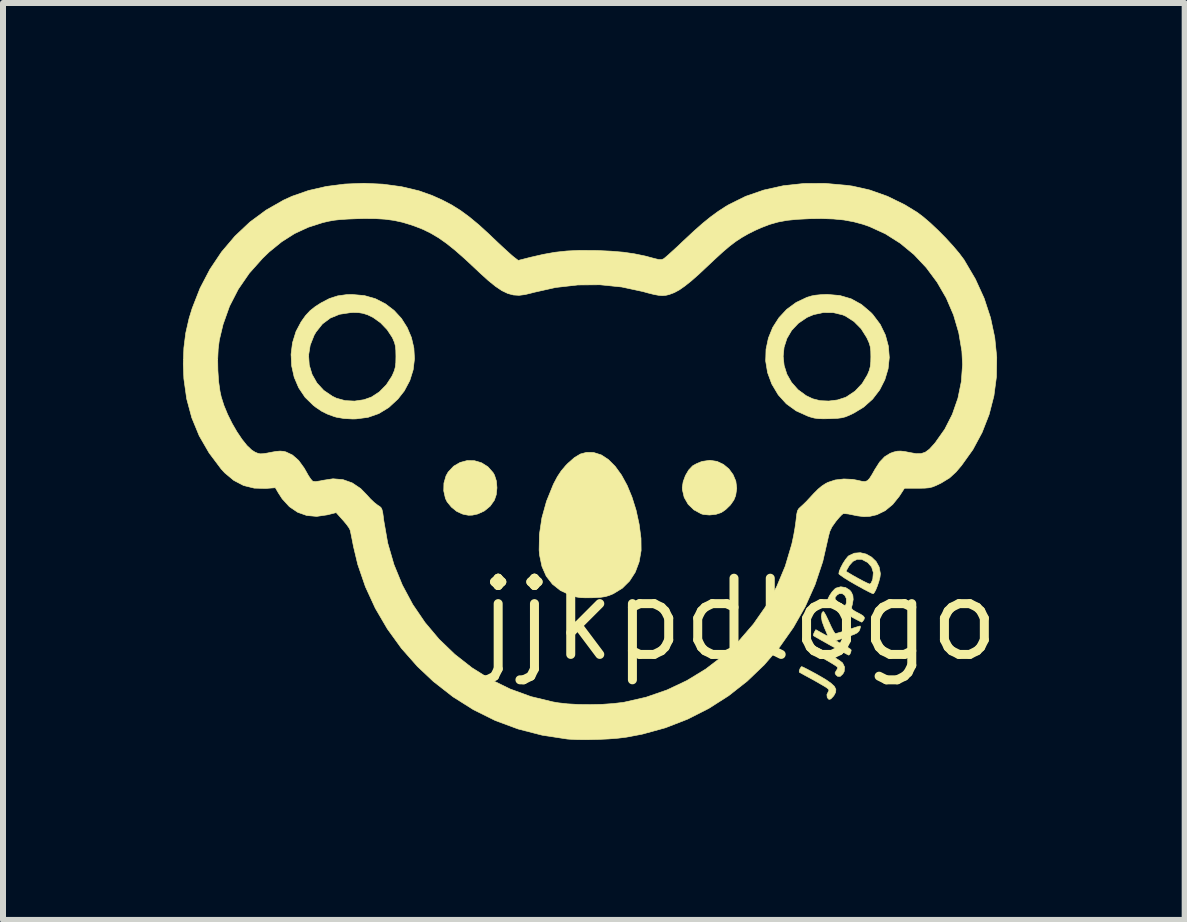
<source format=kicad_pcb>
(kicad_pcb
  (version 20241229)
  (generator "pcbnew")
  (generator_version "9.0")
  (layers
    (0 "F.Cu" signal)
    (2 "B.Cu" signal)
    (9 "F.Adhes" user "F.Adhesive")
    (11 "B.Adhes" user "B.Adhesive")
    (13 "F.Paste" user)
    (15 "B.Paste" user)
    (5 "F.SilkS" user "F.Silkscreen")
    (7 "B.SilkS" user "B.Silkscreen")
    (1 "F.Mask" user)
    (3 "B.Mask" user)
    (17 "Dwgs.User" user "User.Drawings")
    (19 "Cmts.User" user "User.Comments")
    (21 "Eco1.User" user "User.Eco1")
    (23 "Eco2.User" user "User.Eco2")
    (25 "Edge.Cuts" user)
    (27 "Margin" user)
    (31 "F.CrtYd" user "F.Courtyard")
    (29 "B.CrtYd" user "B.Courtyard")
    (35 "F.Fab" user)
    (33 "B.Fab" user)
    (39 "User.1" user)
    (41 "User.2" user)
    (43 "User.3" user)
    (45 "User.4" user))
  (footprint "jjkpdlogo"
    (layer "F.Cu")
    (at 9.276 7.279)
    (property "Reference" "jjkpdlogo" (at 0 0 0) (layer "F.SilkS") (effects (font (size 1.27 1.27) (thickness 0.15))))
    (attr through_hole)
    (fp_poly (pts (xy -4.415 -2.649) (xy -4.298 -2.614) (xy -4.193 -2.548) (xy -4.107 -2.451) (xy -4.083 -2.409) (xy -4.052 -2.312) (xy -4.042 -2.197) (xy -4.054 -2.082) (xy -4.085 -1.991) (xy -4.155 -1.892) (xy -4.252 -1.812) (xy -4.361 -1.762) (xy -4.372 -1.759) (xy -4.452 -1.742) (xy -4.516 -1.74) (xy -4.588 -1.753) (xy -4.618 -1.761) (xy -4.712 -1.804) (xy -4.801 -1.876) (xy -4.873 -1.964) (xy -4.901 -2.021) (xy -4.929 -2.146) (xy -4.926 -2.276) (xy -4.891 -2.397) (xy -4.855 -2.461) (xy -4.764 -2.558) (xy -4.655 -2.621) (xy -4.537 -2.652) (xy -4.415 -2.649)) (stroke (width 0.01) (type solid)) (fill yes) (layer "F.SilkS"))
    (fp_poly (pts (xy -0.374 -2.638) (xy -0.267 -2.588) (xy -0.176 -2.513) (xy -0.106 -2.417) (xy -0.06 -2.308) (xy -0.045 -2.189) (xy -0.063 -2.068) (xy -0.093 -1.994) (xy -0.15 -1.912) (xy -0.229 -1.835) (xy -0.302 -1.785) (xy -0.393 -1.755) (xy -0.5 -1.744) (xy -0.601 -1.753) (xy -0.637 -1.764) (xy -0.759 -1.83) (xy -0.855 -1.923) (xy -0.921 -2.038) (xy -0.951 -2.167) (xy -0.953 -2.201) (xy -0.938 -2.299) (xy -0.9 -2.402) (xy -0.846 -2.494) (xy -0.783 -2.561) (xy -0.78 -2.564) (xy -0.719 -2.598) (xy -0.643 -2.63) (xy -0.618 -2.638) (xy -0.493 -2.656) (xy -0.374 -2.638)) (stroke (width 0.01) (type solid)) (fill yes) (layer "F.SilkS"))
    (fp_poly (pts (xy 1.208 0.424) (xy 1.261 0.447) (xy 1.34 0.487) (xy 1.432 0.538) (xy 1.528 0.594) (xy 1.612 0.646) (xy 1.678 0.689) (xy 1.716 0.719) (xy 1.72 0.723) (xy 1.753 0.791) (xy 1.746 0.865) (xy 1.724 0.905) (xy 1.68 0.946) (xy 1.637 0.945) (xy 1.608 0.92) (xy 1.593 0.889) (xy 1.611 0.856) (xy 1.615 0.851) (xy 1.636 0.814) (xy 1.634 0.791) (xy 1.611 0.773) (xy 1.558 0.739) (xy 1.483 0.694) (xy 1.393 0.643) (xy 1.381 0.637) (xy 1.278 0.578) (xy 1.208 0.535) (xy 1.167 0.502) (xy 1.149 0.474) (xy 1.151 0.448) (xy 1.162 0.426) (xy 1.177 0.418) (xy 1.208 0.424)) (stroke (width 0.01) (type solid)) (fill yes) (layer "F.SilkS"))
    (fp_poly (pts (xy 1.063 0.793) (xy 1.117 0.82) (xy 1.193 0.86) (xy 1.284 0.909) (xy 1.31 0.924) (xy 1.436 0.997) (xy 1.525 1.059) (xy 1.582 1.112) (xy 1.607 1.161) (xy 1.604 1.21) (xy 1.577 1.262) (xy 1.565 1.278) (xy 1.523 1.322) (xy 1.492 1.33) (xy 1.466 1.302) (xy 1.464 1.298) (xy 1.458 1.25) (xy 1.475 1.214) (xy 1.491 1.183) (xy 1.486 1.161) (xy 1.453 1.134) (xy 1.425 1.116) (xy 1.368 1.083) (xy 1.289 1.037) (xy 1.201 0.988) (xy 1.175 0.974) (xy 1.099 0.933) (xy 1.04 0.9) (xy 1.004 0.88) (xy 0.998 0.877) (xy 0.997 0.853) (xy 1.01 0.817) (xy 1.029 0.788) (xy 1.038 0.783) (xy 1.063 0.793)) (stroke (width 0.01) (type solid)) (fill yes) (layer "F.SilkS"))
    (fp_poly (pts (xy -2.442 -2.787) (xy -2.427 -2.785) (xy -2.303 -2.746) (xy -2.184 -2.668) (xy -2.071 -2.555) (xy -1.966 -2.41) (xy -1.872 -2.238) (xy -1.791 -2.042) (xy -1.723 -1.825) (xy -1.672 -1.591) (xy -1.641 -1.355) (xy -1.639 -1.151) (xy -1.672 -0.963) (xy -1.736 -0.792) (xy -1.831 -0.644) (xy -1.953 -0.523) (xy -2.102 -0.432) (xy -2.104 -0.431) (xy -2.172 -0.403) (xy -2.236 -0.384) (xy -2.31 -0.373) (xy -2.406 -0.367) (xy -2.455 -0.365) (xy -2.566 -0.364) (xy -2.649 -0.367) (xy -2.719 -0.378) (xy -2.789 -0.398) (xy -2.816 -0.407) (xy -2.983 -0.485) (xy -3.117 -0.591) (xy -3.221 -0.725) (xy -3.292 -0.887) (xy -3.332 -1.077) (xy -3.339 -1.157) (xy -3.334 -1.421) (xy -3.293 -1.696) (xy -3.216 -1.973) (xy -3.106 -2.245) (xy -3.097 -2.265) (xy -3.034 -2.384) (xy -2.971 -2.479) (xy -2.897 -2.567) (xy -2.86 -2.605) (xy -2.751 -2.701) (xy -2.651 -2.761) (xy -2.55 -2.788) (xy -2.442 -2.787)) (stroke (width 0.01) (type solid)) (fill yes) (layer "F.SilkS"))
    (fp_poly (pts (xy 1.77 -0.535) (xy 1.839 -0.491) (xy 1.865 -0.459) (xy 1.891 -0.401) (xy 1.896 -0.335) (xy 1.881 -0.25) (xy 1.872 -0.218) (xy 1.87 -0.187) (xy 1.891 -0.161) (xy 1.942 -0.13) (xy 1.951 -0.126) (xy 2.025 -0.087) (xy 2.067 -0.058) (xy 2.083 -0.034) (xy 2.079 -0.009) (xy 2.073 0.002) (xy 2.05 0.034) (xy 2.037 0.042) (xy 2.014 0.031) (xy 1.961 0.004) (xy 1.885 -0.037) (xy 1.793 -0.088) (xy 1.746 -0.114) (xy 1.649 -0.17) (xy 1.567 -0.222) (xy 1.505 -0.264) (xy 1.471 -0.292) (xy 1.466 -0.299) (xy 1.474 -0.342) (xy 1.488 -0.372) (xy 1.595 -0.372) (xy 1.596 -0.338) (xy 1.633 -0.303) (xy 1.667 -0.281) (xy 1.726 -0.248) (xy 1.758 -0.237) (xy 1.774 -0.249) (xy 1.783 -0.282) (xy 1.782 -0.352) (xy 1.756 -0.405) (xy 1.714 -0.434) (xy 1.663 -0.433) (xy 1.628 -0.411) (xy 1.595 -0.372) (xy 1.488 -0.372) (xy 1.503 -0.402) (xy 1.544 -0.463) (xy 1.589 -0.511) (xy 1.61 -0.526) (xy 1.689 -0.548) (xy 1.77 -0.535)) (stroke (width 0.01) (type solid)) (fill yes) (layer "F.SilkS"))
    (fp_poly (pts (xy 2.113 -1.093) (xy 2.203 -1.042) (xy 2.278 -0.969) (xy 2.329 -0.877) (xy 2.349 -0.77) (xy 2.349 -0.762) (xy 2.343 -0.709) (xy 2.325 -0.639) (xy 2.3 -0.564) (xy 2.273 -0.497) (xy 2.247 -0.449) (xy 2.23 -0.432) (xy 2.206 -0.44) (xy 2.153 -0.466) (xy 2.076 -0.506) (xy 1.984 -0.557) (xy 1.937 -0.583) (xy 1.84 -0.639) (xy 1.757 -0.69) (xy 1.696 -0.732) (xy 1.661 -0.759) (xy 1.657 -0.766) (xy 1.664 -0.806) (xy 1.776 -0.806) (xy 1.825 -0.776) (xy 1.899 -0.732) (xy 1.98 -0.687) (xy 2.058 -0.645) (xy 2.123 -0.613) (xy 2.165 -0.595) (xy 2.174 -0.593) (xy 2.195 -0.611) (xy 2.216 -0.657) (xy 2.223 -0.679) (xy 2.232 -0.785) (xy 2.203 -0.878) (xy 2.139 -0.952) (xy 2.042 -1.003) (xy 2.036 -1.005) (xy 1.963 -1.006) (xy 1.892 -0.971) (xy 1.832 -0.904) (xy 1.823 -0.889) (xy 1.776 -0.806) (xy 1.664 -0.806) (xy 1.664 -0.807) (xy 1.69 -0.869) (xy 1.727 -0.939) (xy 1.77 -1.005) (xy 1.81 -1.054) (xy 1.823 -1.065) (xy 1.916 -1.108) (xy 2.015 -1.116) (xy 2.113 -1.093)) (stroke (width 0.01) (type solid)) (fill yes) (layer "F.SilkS"))
    (fp_poly (pts (xy 1.411 -0.123) (xy 1.438 -0.078) (xy 1.471 -0.01) (xy 1.495 0.042) (xy 1.532 0.123) (xy 1.565 0.187) (xy 1.59 0.225) (xy 1.599 0.233) (xy 1.628 0.226) (xy 1.687 0.209) (xy 1.765 0.184) (xy 1.81 0.169) (xy 1.893 0.142) (xy 1.961 0.12) (xy 2.004 0.108) (xy 2.013 0.106) (xy 2.017 0.123) (xy 2.006 0.164) (xy 2.006 0.166) (xy 1.989 0.196) (xy 1.962 0.221) (xy 1.914 0.245) (xy 1.838 0.273) (xy 1.793 0.288) (xy 1.602 0.351) (xy 1.733 0.42) (xy 1.797 0.457) (xy 1.844 0.488) (xy 1.863 0.507) (xy 1.863 0.508) (xy 1.855 0.546) (xy 1.838 0.581) (xy 1.823 0.592) (xy 1.801 0.582) (xy 1.749 0.554) (xy 1.673 0.514) (xy 1.58 0.463) (xy 1.525 0.433) (xy 1.427 0.378) (xy 1.342 0.33) (xy 1.277 0.293) (xy 1.24 0.271) (xy 1.233 0.266) (xy 1.235 0.243) (xy 1.248 0.212) (xy 1.273 0.167) (xy 1.369 0.221) (xy 1.425 0.252) (xy 1.463 0.271) (xy 1.473 0.275) (xy 1.468 0.258) (xy 1.45 0.211) (xy 1.421 0.145) (xy 1.416 0.134) (xy 1.378 0.03) (xy 1.365 -0.054) (xy 1.376 -0.114) (xy 1.396 -0.137) (xy 1.411 -0.123)) (stroke (width 0.01) (type solid)) (fill yes) (layer "F.SilkS"))
    (fp_poly (pts (xy -6.252 -5.402) (xy -6.067 -5.349) (xy -5.901 -5.264) (xy -5.756 -5.153) (xy -5.634 -5.02) (xy -5.538 -4.868) (xy -5.468 -4.703) (xy -5.427 -4.528) (xy -5.417 -4.347) (xy -5.439 -4.164) (xy -5.495 -3.985) (xy -5.587 -3.812) (xy -5.693 -3.677) (xy -5.846 -3.536) (xy -6.011 -3.435) (xy -6.192 -3.372) (xy -6.392 -3.346) (xy -6.45 -3.345) (xy -6.593 -3.353) (xy -6.716 -3.374) (xy -6.752 -3.384) (xy -6.867 -3.426) (xy -6.962 -3.473) (xy -7.056 -3.536) (xy -7.105 -3.574) (xy -7.241 -3.707) (xy -7.347 -3.865) (xy -7.422 -4.041) (xy -7.464 -4.229) (xy -7.473 -4.408) (xy -7.182 -4.408) (xy -7.171 -4.244) (xy -7.124 -4.088) (xy -7.043 -3.945) (xy -6.93 -3.822) (xy -6.786 -3.724) (xy -6.718 -3.691) (xy -6.573 -3.651) (xy -6.416 -3.643) (xy -6.259 -3.666) (xy -6.133 -3.711) (xy -6.002 -3.797) (xy -5.886 -3.915) (xy -5.794 -4.056) (xy -5.782 -4.081) (xy -5.753 -4.149) (xy -5.736 -4.212) (xy -5.728 -4.285) (xy -5.726 -4.383) (xy -5.726 -4.392) (xy -5.728 -4.49) (xy -5.735 -4.561) (xy -5.75 -4.62) (xy -5.777 -4.683) (xy -5.788 -4.706) (xy -5.872 -4.833) (xy -5.982 -4.948) (xy -6.108 -5.038) (xy -6.197 -5.081) (xy -6.275 -5.106) (xy -6.349 -5.118) (xy -6.438 -5.12) (xy -6.488 -5.117) (xy -6.666 -5.09) (xy -6.82 -5.027) (xy -6.951 -4.929) (xy -7.057 -4.796) (xy -7.089 -4.742) (xy -7.155 -4.576) (xy -7.182 -4.408) (xy -7.473 -4.408) (xy -7.474 -4.423) (xy -7.45 -4.616) (xy -7.392 -4.803) (xy -7.306 -4.965) (xy -7.232 -5.069) (xy -7.158 -5.149) (xy -7.07 -5.219) (xy -6.974 -5.28) (xy -6.834 -5.353) (xy -6.697 -5.397) (xy -6.546 -5.418) (xy -6.456 -5.42) (xy -6.252 -5.402)) (stroke (width 0.01) (type solid)) (fill yes) (layer "F.SilkS"))
    (fp_poly (pts (xy 1.674 -5.403) (xy 1.862 -5.348) (xy 2.033 -5.254) (xy 2.19 -5.121) (xy 2.223 -5.086) (xy 2.347 -4.921) (xy 2.433 -4.744) (xy 2.483 -4.558) (xy 2.498 -4.369) (xy 2.478 -4.181) (xy 2.424 -4) (xy 2.338 -3.83) (xy 2.22 -3.676) (xy 2.071 -3.543) (xy 1.91 -3.445) (xy 1.829 -3.406) (xy 1.765 -3.38) (xy 1.706 -3.365) (xy 1.636 -3.356) (xy 1.541 -3.352) (xy 1.508 -3.35) (xy 1.397 -3.348) (xy 1.315 -3.351) (xy 1.248 -3.36) (xy 1.181 -3.378) (xy 1.138 -3.393) (xy 0.945 -3.48) (xy 0.782 -3.598) (xy 0.647 -3.747) (xy 0.539 -3.928) (xy 0.469 -4.118) (xy 0.437 -4.313) (xy 0.44 -4.389) (xy 0.729 -4.389) (xy 0.745 -4.237) (xy 0.791 -4.091) (xy 0.868 -3.955) (xy 0.975 -3.834) (xy 1.111 -3.734) (xy 1.22 -3.682) (xy 1.346 -3.65) (xy 1.489 -3.644) (xy 1.635 -3.662) (xy 1.767 -3.705) (xy 1.787 -3.715) (xy 1.927 -3.809) (xy 2.046 -3.935) (xy 2.134 -4.081) (xy 2.164 -4.153) (xy 2.181 -4.219) (xy 2.189 -4.298) (xy 2.191 -4.382) (xy 2.189 -4.478) (xy 2.181 -4.548) (xy 2.163 -4.611) (xy 2.131 -4.683) (xy 2.121 -4.703) (xy 2.029 -4.849) (xy 1.91 -4.969) (xy 1.772 -5.058) (xy 1.719 -5.081) (xy 1.562 -5.118) (xy 1.397 -5.119) (xy 1.235 -5.084) (xy 1.126 -5.038) (xy 0.982 -4.94) (xy 0.87 -4.821) (xy 0.791 -4.686) (xy 0.744 -4.54) (xy 0.729 -4.389) (xy 0.44 -4.389) (xy 0.443 -4.506) (xy 0.483 -4.694) (xy 0.555 -4.871) (xy 0.658 -5.032) (xy 0.788 -5.172) (xy 0.945 -5.287) (xy 1.124 -5.372) (xy 1.203 -5.396) (xy 1.268 -5.408) (xy 1.358 -5.417) (xy 1.455 -5.421) (xy 1.467 -5.421) (xy 1.674 -5.403)) (stroke (width 0.01) (type solid)) (fill yes) (layer "F.SilkS"))
    (fp_poly (pts (xy -5.942 -7.259) (xy -5.633 -7.217) (xy -5.342 -7.148) (xy -5.122 -7.07) (xy -4.953 -6.994) (xy -4.798 -6.913) (xy -4.649 -6.82) (xy -4.501 -6.711) (xy -4.344 -6.581) (xy -4.171 -6.423) (xy -4.115 -6.369) (xy -4.02 -6.279) (xy -3.93 -6.195) (xy -3.852 -6.124) (xy -3.793 -6.071) (xy -3.762 -6.045) (xy -3.687 -5.988) (xy -3.479 -6.041) (xy -3.269 -6.089) (xy -3.073 -6.124) (xy -2.879 -6.145) (xy -2.674 -6.155) (xy -2.444 -6.154) (xy -2.371 -6.153) (xy -2.137 -6.142) (xy -1.934 -6.125) (xy -1.75 -6.098) (xy -1.575 -6.062) (xy -1.425 -6.022) (xy -1.348 -6.003) (xy -1.296 -6.003) (xy -1.269 -6.012) (xy -1.241 -6.033) (xy -1.187 -6.079) (xy -1.115 -6.145) (xy -1.028 -6.224) (xy -0.934 -6.314) (xy -0.927 -6.32) (xy -0.76 -6.476) (xy -0.613 -6.606) (xy -0.481 -6.713) (xy -0.355 -6.805) (xy -0.229 -6.887) (xy -0.176 -6.918) (xy 0.103 -7.056) (xy 0.407 -7.161) (xy 0.731 -7.233) (xy 1.072 -7.27) (xy 1.428 -7.272) (xy 1.796 -7.239) (xy 1.883 -7.227) (xy 2.174 -7.161) (xy 2.467 -7.057) (xy 2.755 -6.916) (xy 2.963 -6.789) (xy 3.065 -6.712) (xy 3.184 -6.61) (xy 3.311 -6.49) (xy 3.439 -6.361) (xy 3.559 -6.23) (xy 3.663 -6.107) (xy 3.744 -5.999) (xy 3.749 -5.99) (xy 3.933 -5.677) (xy 4.079 -5.357) (xy 4.186 -5.031) (xy 4.256 -4.702) (xy 4.289 -4.374) (xy 4.284 -4.049) (xy 4.242 -3.73) (xy 4.162 -3.419) (xy 4.045 -3.12) (xy 3.892 -2.835) (xy 3.701 -2.568) (xy 3.61 -2.461) (xy 3.502 -2.362) (xy 3.366 -2.279) (xy 3.349 -2.27) (xy 3.273 -2.234) (xy 3.214 -2.211) (xy 3.158 -2.198) (xy 3.09 -2.192) (xy 2.997 -2.19) (xy 2.97 -2.19) (xy 2.751 -2.19) (xy 2.665 -2.057) (xy 2.555 -1.92) (xy 2.43 -1.817) (xy 2.293 -1.75) (xy 2.279 -1.746) (xy 2.174 -1.722) (xy 2.073 -1.717) (xy 1.961 -1.731) (xy 1.89 -1.746) (xy 1.816 -1.761) (xy 1.757 -1.767) (xy 1.728 -1.766) (xy 1.701 -1.744) (xy 1.658 -1.698) (xy 1.607 -1.637) (xy 1.602 -1.63) (xy 1.543 -1.547) (xy 1.507 -1.472) (xy 1.484 -1.387) (xy 1.481 -1.372) (xy 1.389 -0.969) (xy 1.26 -0.582) (xy 1.096 -0.215) (xy 0.899 0.131) (xy 0.671 0.455) (xy 0.414 0.753) (xy 0.13 1.025) (xy -0.179 1.268) (xy -0.511 1.48) (xy -0.864 1.659) (xy -1.235 1.803) (xy -1.624 1.91) (xy -1.884 1.959) (xy -2.02 1.976) (xy -2.183 1.989) (xy -2.358 1.997) (xy -2.534 2.001) (xy -2.697 2) (xy -2.835 1.993) (xy -2.872 1.99) (xy -3.289 1.926) (xy -3.689 1.823) (xy -4.07 1.682) (xy -4.433 1.502) (xy -4.777 1.285) (xy -5.103 1.03) (xy -5.368 0.78) (xy -5.634 0.479) (xy -5.869 0.154) (xy -6.07 -0.19) (xy -6.235 -0.549) (xy -6.362 -0.919) (xy -6.434 -1.22) (xy -6.453 -1.318) (xy -6.47 -1.403) (xy -6.483 -1.466) (xy -6.489 -1.492) (xy -6.507 -1.528) (xy -6.546 -1.583) (xy -6.599 -1.647) (xy -6.61 -1.659) (xy -6.722 -1.784) (xy -6.869 -1.747) (xy -7.047 -1.721) (xy -7.213 -1.736) (xy -7.365 -1.79) (xy -7.502 -1.883) (xy -7.622 -2.014) (xy -7.686 -2.113) (xy -7.736 -2.199) (xy -7.897 -2.187) (xy -8.088 -2.192) (xy -8.266 -2.236) (xy -8.429 -2.321) (xy -8.579 -2.446) (xy -8.639 -2.511) (xy -8.841 -2.78) (xy -9.005 -3.064) (xy -9.129 -3.365) (xy -9.214 -3.681) (xy -9.261 -4.015) (xy -9.271 -4.264) (xy -9.268 -4.337) (xy -8.697 -4.337) (xy -8.694 -4.152) (xy -8.682 -3.971) (xy -8.659 -3.808) (xy -8.639 -3.715) (xy -8.593 -3.57) (xy -8.531 -3.42) (xy -8.457 -3.271) (xy -8.376 -3.131) (xy -8.292 -3.006) (xy -8.209 -2.902) (xy -8.13 -2.827) (xy -8.075 -2.792) (xy -8.029 -2.773) (xy -7.989 -2.764) (xy -7.941 -2.766) (xy -7.874 -2.776) (xy -7.82 -2.787) (xy -7.725 -2.804) (xy -7.656 -2.81) (xy -7.599 -2.805) (xy -7.561 -2.796) (xy -7.451 -2.744) (xy -7.348 -2.654) (xy -7.256 -2.527) (xy -7.225 -2.473) (xy -7.184 -2.4) (xy -7.145 -2.342) (xy -7.116 -2.31) (xy -7.112 -2.307) (xy -7.065 -2.301) (xy -6.985 -2.313) (xy -6.951 -2.321) (xy -6.775 -2.348) (xy -6.609 -2.334) (xy -6.454 -2.279) (xy -6.314 -2.185) (xy -6.214 -2.082) (xy -6.151 -2.013) (xy -6.087 -1.952) (xy -6.034 -1.911) (xy -6.031 -1.908) (xy -5.996 -1.887) (xy -5.973 -1.865) (xy -5.958 -1.833) (xy -5.946 -1.783) (xy -5.935 -1.704) (xy -5.928 -1.648) (xy -5.863 -1.276) (xy -5.759 -0.918) (xy -5.619 -0.576) (xy -5.446 -0.253) (xy -5.241 0.048) (xy -5.007 0.326) (xy -4.745 0.578) (xy -4.459 0.802) (xy -4.15 0.996) (xy -3.821 1.157) (xy -3.474 1.283) (xy -3.11 1.371) (xy -3.016 1.387) (xy -2.864 1.404) (xy -2.684 1.414) (xy -2.488 1.416) (xy -2.291 1.412) (xy -2.105 1.399) (xy -1.943 1.38) (xy -1.919 1.376) (xy -1.556 1.293) (xy -1.207 1.172) (xy -0.875 1.015) (xy -0.562 0.824) (xy -0.272 0.602) (xy -0.006 0.351) (xy 0.233 0.074) (xy 0.443 -0.227) (xy 0.621 -0.55) (xy 0.764 -0.892) (xy 0.871 -1.252) (xy 0.88 -1.291) (xy 0.904 -1.404) (xy 0.925 -1.523) (xy 0.94 -1.629) (xy 0.945 -1.671) (xy 0.955 -1.757) (xy 0.967 -1.812) (xy 0.987 -1.848) (xy 1.013 -1.873) (xy 1.057 -1.913) (xy 1.115 -1.969) (xy 1.153 -2.01) (xy 1.242 -2.106) (xy 1.312 -2.176) (xy 1.372 -2.226) (xy 1.428 -2.263) (xy 1.472 -2.287) (xy 1.596 -2.328) (xy 1.74 -2.345) (xy 1.889 -2.338) (xy 1.978 -2.321) (xy 2.045 -2.305) (xy 2.094 -2.302) (xy 2.133 -2.316) (xy 2.169 -2.354) (xy 2.211 -2.42) (xy 2.256 -2.5) (xy 2.336 -2.626) (xy 2.42 -2.715) (xy 2.514 -2.773) (xy 2.576 -2.795) (xy 2.633 -2.808) (xy 2.688 -2.81) (xy 2.758 -2.802) (xy 2.837 -2.786) (xy 2.944 -2.767) (xy 3.028 -2.768) (xy 3.098 -2.791) (xy 3.166 -2.841) (xy 3.241 -2.923) (xy 3.264 -2.95) (xy 3.423 -3.175) (xy 3.549 -3.423) (xy 3.642 -3.69) (xy 3.699 -3.968) (xy 3.719 -4.253) (xy 3.708 -4.475) (xy 3.656 -4.783) (xy 3.569 -5.079) (xy 3.448 -5.361) (xy 3.295 -5.625) (xy 3.115 -5.867) (xy 2.91 -6.085) (xy 2.681 -6.274) (xy 2.433 -6.431) (xy 2.167 -6.553) (xy 2.061 -6.59) (xy 1.905 -6.632) (xy 1.743 -6.662) (xy 1.568 -6.679) (xy 1.368 -6.686) (xy 1.167 -6.683) (xy 0.965 -6.673) (xy 0.794 -6.656) (xy 0.644 -6.628) (xy 0.503 -6.588) (xy 0.36 -6.533) (xy 0.258 -6.487) (xy 0.144 -6.43) (xy 0.041 -6.371) (xy -0.06 -6.305) (xy -0.164 -6.226) (xy -0.278 -6.129) (xy -0.408 -6.01) (xy -0.524 -5.901) (xy -0.674 -5.76) (xy -0.802 -5.647) (xy -0.91 -5.561) (xy -1.003 -5.496) (xy -1.087 -5.451) (xy -1.164 -5.422) (xy -1.172 -5.419) (xy -1.228 -5.406) (xy -1.283 -5.401) (xy -1.345 -5.406) (xy -1.423 -5.42) (xy -1.527 -5.446) (xy -1.609 -5.469) (xy -1.962 -5.545) (xy -2.325 -5.582) (xy -2.694 -5.579) (xy -3.063 -5.537) (xy -3.429 -5.455) (xy -3.458 -5.447) (xy -3.572 -5.419) (xy -3.673 -5.406) (xy -3.768 -5.412) (xy -3.862 -5.437) (xy -3.96 -5.484) (xy -4.067 -5.556) (xy -4.188 -5.654) (xy -4.329 -5.782) (xy -4.401 -5.85) (xy -4.58 -6.017) (xy -4.738 -6.156) (xy -4.88 -6.27) (xy -5.012 -6.363) (xy -5.14 -6.439) (xy -5.269 -6.503) (xy -5.406 -6.557) (xy -5.472 -6.58) (xy -5.617 -6.624) (xy -5.759 -6.655) (xy -5.907 -6.675) (xy -6.071 -6.685) (xy -6.262 -6.686) (xy -6.379 -6.683) (xy -6.532 -6.677) (xy -6.653 -6.669) (xy -6.754 -6.658) (xy -6.844 -6.642) (xy -6.935 -6.621) (xy -6.944 -6.619) (xy -7.19 -6.54) (xy -7.416 -6.435) (xy -7.63 -6.299) (xy -7.839 -6.129) (xy -7.949 -6.023) (xy -8.171 -5.774) (xy -8.354 -5.508) (xy -8.5 -5.224) (xy -8.608 -4.92) (xy -8.67 -4.661) (xy -8.689 -4.511) (xy -8.697 -4.337) (xy -9.268 -4.337) (xy -9.261 -4.53) (xy -9.23 -4.777) (xy -9.174 -5.022) (xy -9.123 -5.188) (xy -8.991 -5.525) (xy -8.827 -5.839) (xy -8.633 -6.129) (xy -8.41 -6.392) (xy -8.162 -6.626) (xy -7.89 -6.827) (xy -7.597 -6.994) (xy -7.456 -7.058) (xy -7.184 -7.153) (xy -6.888 -7.221) (xy -6.577 -7.261) (xy -6.259 -7.274) (xy -5.942 -7.259)) (stroke (width 0.01) (type solid)) (fill yes) (layer "F.SilkS")))
  (gr_rect
    (start -3 -3)
    (end 16.698 12.285)
    (stroke (width 0.1) (type default))
    (fill no)
    (layer "Edge.Cuts")))
</source>
